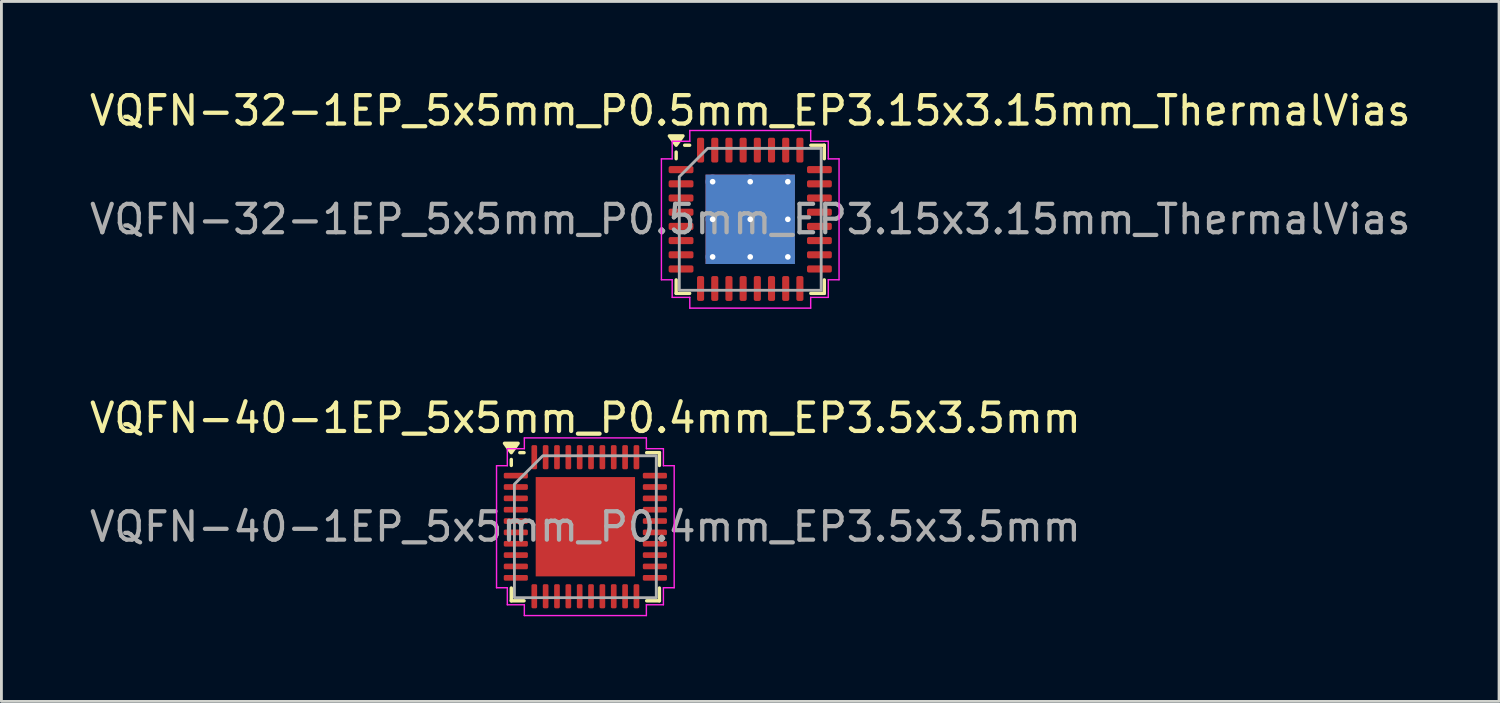
<source format=kicad_pcb>
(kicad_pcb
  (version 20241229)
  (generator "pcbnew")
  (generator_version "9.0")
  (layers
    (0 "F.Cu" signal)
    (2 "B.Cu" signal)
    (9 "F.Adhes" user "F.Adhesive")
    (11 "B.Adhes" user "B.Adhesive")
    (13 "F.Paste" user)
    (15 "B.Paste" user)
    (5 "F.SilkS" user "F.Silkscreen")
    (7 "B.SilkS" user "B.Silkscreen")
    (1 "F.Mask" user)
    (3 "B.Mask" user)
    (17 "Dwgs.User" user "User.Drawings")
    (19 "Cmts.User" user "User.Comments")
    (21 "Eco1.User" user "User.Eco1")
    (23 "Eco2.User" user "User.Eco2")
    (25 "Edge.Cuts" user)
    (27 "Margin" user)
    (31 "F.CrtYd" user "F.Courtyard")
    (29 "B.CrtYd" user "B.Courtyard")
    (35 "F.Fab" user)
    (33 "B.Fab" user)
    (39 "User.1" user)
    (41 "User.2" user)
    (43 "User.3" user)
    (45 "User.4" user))
  (footprint "VQFN-40-1EP_5x5mm_P0.4mm_EP3.5x3.5mm"
    (layer "F.Cu")
    (at 17.577 15.511)
    (property "Reference" "VQFN-40-1EP_5x5mm_P0.4mm_EP3.5x3.5mm" (at 0 -3.83 0) (layer "F.SilkS") (effects (font (size 1 1) (thickness 0.15))))
    (attr smd)
    (fp_line (start -2.61 -2.16) (end -2.61 -2.37) (stroke (width 0.12) (type solid)) (layer "F.SilkS"))
    (fp_line (start -2.61 2.61) (end -2.61 2.16) (stroke (width 0.12) (type solid)) (layer "F.SilkS"))
    (fp_line (start -2.16 -2.61) (end -2.31 -2.61) (stroke (width 0.12) (type solid)) (layer "F.SilkS"))
    (fp_line (start -2.16 2.61) (end -2.61 2.61) (stroke (width 0.12) (type solid)) (layer "F.SilkS"))
    (fp_line (start 2.16 -2.61) (end 2.61 -2.61) (stroke (width 0.12) (type solid)) (layer "F.SilkS"))
    (fp_line (start 2.16 2.61) (end 2.61 2.61) (stroke (width 0.12) (type solid)) (layer "F.SilkS"))
    (fp_line (start 2.61 -2.61) (end 2.61 -2.16) (stroke (width 0.12) (type solid)) (layer "F.SilkS"))
    (fp_line (start 2.61 2.61) (end 2.61 2.16) (stroke (width 0.12) (type solid)) (layer "F.SilkS"))
    (fp_poly (pts (xy -2.61 -2.61) (xy -2.85 -2.94) (xy -2.37 -2.94)) (stroke (width 0.12) (type solid)) (fill yes) (layer "F.SilkS"))
    (fp_line (start -3.13 -2.15) (end -2.75 -2.15) (stroke (width 0.05) (type solid)) (layer "F.CrtYd"))
    (fp_line (start -3.13 2.15) (end -3.13 -2.15) (stroke (width 0.05) (type solid)) (layer "F.CrtYd"))
    (fp_line (start -2.75 -2.75) (end -2.15 -2.75) (stroke (width 0.05) (type solid)) (layer "F.CrtYd"))
    (fp_line (start -2.75 -2.15) (end -2.75 -2.75) (stroke (width 0.05) (type solid)) (layer "F.CrtYd"))
    (fp_line (start -2.75 2.15) (end -3.13 2.15) (stroke (width 0.05) (type solid)) (layer "F.CrtYd"))
    (fp_line (start -2.75 2.75) (end -2.75 2.15) (stroke (width 0.05) (type solid)) (layer "F.CrtYd"))
    (fp_line (start -2.15 -3.13) (end 2.15 -3.13) (stroke (width 0.05) (type solid)) (layer "F.CrtYd"))
    (fp_line (start -2.15 -2.75) (end -2.15 -3.13) (stroke (width 0.05) (type solid)) (layer "F.CrtYd"))
    (fp_line (start -2.15 2.75) (end -2.75 2.75) (stroke (width 0.05) (type solid)) (layer "F.CrtYd"))
    (fp_line (start -2.15 3.13) (end -2.15 2.75) (stroke (width 0.05) (type solid)) (layer "F.CrtYd"))
    (fp_line (start 2.15 -3.13) (end 2.15 -2.75) (stroke (width 0.05) (type solid)) (layer "F.CrtYd"))
    (fp_line (start 2.15 -2.75) (end 2.75 -2.75) (stroke (width 0.05) (type solid)) (layer "F.CrtYd"))
    (fp_line (start 2.15 2.75) (end 2.15 3.13) (stroke (width 0.05) (type solid)) (layer "F.CrtYd"))
    (fp_line (start 2.15 3.13) (end -2.15 3.13) (stroke (width 0.05) (type solid)) (layer "F.CrtYd"))
    (fp_line (start 2.75 -2.75) (end 2.75 -2.15) (stroke (width 0.05) (type solid)) (layer "F.CrtYd"))
    (fp_line (start 2.75 -2.15) (end 3.13 -2.15) (stroke (width 0.05) (type solid)) (layer "F.CrtYd"))
    (fp_line (start 2.75 2.15) (end 2.75 2.75) (stroke (width 0.05) (type solid)) (layer "F.CrtYd"))
    (fp_line (start 2.75 2.75) (end 2.15 2.75) (stroke (width 0.05) (type solid)) (layer "F.CrtYd"))
    (fp_line (start 3.13 -2.15) (end 3.13 2.15) (stroke (width 0.05) (type solid)) (layer "F.CrtYd"))
    (fp_line (start 3.13 2.15) (end 2.75 2.15) (stroke (width 0.05) (type solid)) (layer "F.CrtYd"))
    (fp_poly (pts (xy -2.5 -1.5) (xy -2.5 2.5) (xy 2.5 2.5) (xy 2.5 -2.5) (xy -1.5 -2.5)) (stroke (width 0.1) (type solid)) (fill no) (layer "F.Fab"))
    (fp_text user "${REFERENCE}" (at 0 0 0) (layer "F.Fab") (effects (font (size 1 1) (thickness 0.15))))
    (pad "" smd roundrect (at -0.875 -0.875) (size 1.41 1.41) (layers "F.Paste") (roundrect_rratio 0.177))
    (pad "" smd roundrect (at -0.875 0.875) (size 1.41 1.41) (layers "F.Paste") (roundrect_rratio 0.177))
    (pad "" smd roundrect (at 0.875 -0.875) (size 1.41 1.41) (layers "F.Paste") (roundrect_rratio 0.177))
    (pad "" smd roundrect (at 0.875 0.875) (size 1.41 1.41) (layers "F.Paste") (roundrect_rratio 0.177))
    (pad "1" smd roundrect (at -2.45 -1.8) (size 0.85 0.2) (layers "F.Cu" "F.Mask" "F.Paste") (roundrect_rratio 0.25))
    (pad "2" smd roundrect (at -2.45 -1.4) (size 0.85 0.2) (layers "F.Cu" "F.Mask" "F.Paste") (roundrect_rratio 0.25))
    (pad "3" smd roundrect (at -2.45 -1) (size 0.85 0.2) (layers "F.Cu" "F.Mask" "F.Paste") (roundrect_rratio 0.25))
    (pad "4" smd roundrect (at -2.45 -0.6) (size 0.85 0.2) (layers "F.Cu" "F.Mask" "F.Paste") (roundrect_rratio 0.25))
    (pad "5" smd roundrect (at -2.45 -0.2) (size 0.85 0.2) (layers "F.Cu" "F.Mask" "F.Paste") (roundrect_rratio 0.25))
    (pad "6" smd roundrect (at -2.45 0.2) (size 0.85 0.2) (layers "F.Cu" "F.Mask" "F.Paste") (roundrect_rratio 0.25))
    (pad "7" smd roundrect (at -2.45 0.6) (size 0.85 0.2) (layers "F.Cu" "F.Mask" "F.Paste") (roundrect_rratio 0.25))
    (pad "8" smd roundrect (at -2.45 1) (size 0.85 0.2) (layers "F.Cu" "F.Mask" "F.Paste") (roundrect_rratio 0.25))
    (pad "9" smd roundrect (at -2.45 1.4) (size 0.85 0.2) (layers "F.Cu" "F.Mask" "F.Paste") (roundrect_rratio 0.25))
    (pad "10" smd roundrect (at -2.45 1.8) (size 0.85 0.2) (layers "F.Cu" "F.Mask" "F.Paste") (roundrect_rratio 0.25))
    (pad "11" smd roundrect (at -1.8 2.45) (size 0.2 0.85) (layers "F.Cu" "F.Mask" "F.Paste") (roundrect_rratio 0.25))
    (pad "12" smd roundrect (at -1.4 2.45) (size 0.2 0.85) (layers "F.Cu" "F.Mask" "F.Paste") (roundrect_rratio 0.25))
    (pad "13" smd roundrect (at -1 2.45) (size 0.2 0.85) (layers "F.Cu" "F.Mask" "F.Paste") (roundrect_rratio 0.25))
    (pad "14" smd roundrect (at -0.6 2.45) (size 0.2 0.85) (layers "F.Cu" "F.Mask" "F.Paste") (roundrect_rratio 0.25))
    (pad "15" smd roundrect (at -0.2 2.45) (size 0.2 0.85) (layers "F.Cu" "F.Mask" "F.Paste") (roundrect_rratio 0.25))
    (pad "16" smd roundrect (at 0.2 2.45) (size 0.2 0.85) (layers "F.Cu" "F.Mask" "F.Paste") (roundrect_rratio 0.25))
    (pad "17" smd roundrect (at 0.6 2.45) (size 0.2 0.85) (layers "F.Cu" "F.Mask" "F.Paste") (roundrect_rratio 0.25))
    (pad "18" smd roundrect (at 1 2.45) (size 0.2 0.85) (layers "F.Cu" "F.Mask" "F.Paste") (roundrect_rratio 0.25))
    (pad "19" smd roundrect (at 1.4 2.45) (size 0.2 0.85) (layers "F.Cu" "F.Mask" "F.Paste") (roundrect_rratio 0.25))
    (pad "20" smd roundrect (at 1.8 2.45) (size 0.2 0.85) (layers "F.Cu" "F.Mask" "F.Paste") (roundrect_rratio 0.25))
    (pad "21" smd roundrect (at 2.45 1.8) (size 0.85 0.2) (layers "F.Cu" "F.Mask" "F.Paste") (roundrect_rratio 0.25))
    (pad "22" smd roundrect (at 2.45 1.4) (size 0.85 0.2) (layers "F.Cu" "F.Mask" "F.Paste") (roundrect_rratio 0.25))
    (pad "23" smd roundrect (at 2.45 1) (size 0.85 0.2) (layers "F.Cu" "F.Mask" "F.Paste") (roundrect_rratio 0.25))
    (pad "24" smd roundrect (at 2.45 0.6) (size 0.85 0.2) (layers "F.Cu" "F.Mask" "F.Paste") (roundrect_rratio 0.25))
    (pad "25" smd roundrect (at 2.45 0.2) (size 0.85 0.2) (layers "F.Cu" "F.Mask" "F.Paste") (roundrect_rratio 0.25))
    (pad "26" smd roundrect (at 2.45 -0.2) (size 0.85 0.2) (layers "F.Cu" "F.Mask" "F.Paste") (roundrect_rratio 0.25))
    (pad "27" smd roundrect (at 2.45 -0.6) (size 0.85 0.2) (layers "F.Cu" "F.Mask" "F.Paste") (roundrect_rratio 0.25))
    (pad "28" smd roundrect (at 2.45 -1) (size 0.85 0.2) (layers "F.Cu" "F.Mask" "F.Paste") (roundrect_rratio 0.25))
    (pad "29" smd roundrect (at 2.45 -1.4) (size 0.85 0.2) (layers "F.Cu" "F.Mask" "F.Paste") (roundrect_rratio 0.25))
    (pad "30" smd roundrect (at 2.45 -1.8) (size 0.85 0.2) (layers "F.Cu" "F.Mask" "F.Paste") (roundrect_rratio 0.25))
    (pad "31" smd roundrect (at 1.8 -2.45) (size 0.2 0.85) (layers "F.Cu" "F.Mask" "F.Paste") (roundrect_rratio 0.25))
    (pad "32" smd roundrect (at 1.4 -2.45) (size 0.2 0.85) (layers "F.Cu" "F.Mask" "F.Paste") (roundrect_rratio 0.25))
    (pad "33" smd roundrect (at 1 -2.45) (size 0.2 0.85) (layers "F.Cu" "F.Mask" "F.Paste") (roundrect_rratio 0.25))
    (pad "34" smd roundrect (at 0.6 -2.45) (size 0.2 0.85) (layers "F.Cu" "F.Mask" "F.Paste") (roundrect_rratio 0.25))
    (pad "35" smd roundrect (at 0.2 -2.45) (size 0.2 0.85) (layers "F.Cu" "F.Mask" "F.Paste") (roundrect_rratio 0.25))
    (pad "36" smd roundrect (at -0.2 -2.45) (size 0.2 0.85) (layers "F.Cu" "F.Mask" "F.Paste") (roundrect_rratio 0.25))
    (pad "37" smd roundrect (at -0.6 -2.45) (size 0.2 0.85) (layers "F.Cu" "F.Mask" "F.Paste") (roundrect_rratio 0.25))
    (pad "38" smd roundrect (at -1 -2.45) (size 0.2 0.85) (layers "F.Cu" "F.Mask" "F.Paste") (roundrect_rratio 0.25))
    (pad "39" smd roundrect (at -1.4 -2.45) (size 0.2 0.85) (layers "F.Cu" "F.Mask" "F.Paste") (roundrect_rratio 0.25))
    (pad "40" smd roundrect (at -1.8 -2.45) (size 0.2 0.85) (layers "F.Cu" "F.Mask" "F.Paste") (roundrect_rratio 0.25))
    (pad "41" smd rect (at 0 0) (size 3.5 3.5) (property pad_prop_heatsink) (layers "F.Cu" "F.Mask")))
  (footprint "VQFN-32-1EP_5x5mm_P0.5mm_EP3.15x3.15mm_ThermalVias"
    (layer "F.Cu")
    (at 23.387 4.678)
    (property "Reference" "VQFN-32-1EP_5x5mm_P0.5mm_EP3.15x3.15mm_ThermalVias" (at 0 -3.83 0) (layer "F.SilkS") (effects (font (size 1 1) (thickness 0.15))))
    (attr smd)
    (fp_line (start -2.61 -2.135) (end -2.61 -2.37) (stroke (width 0.12) (type solid)) (layer "F.SilkS"))
    (fp_line (start -2.61 2.61) (end -2.61 2.135) (stroke (width 0.12) (type solid)) (layer "F.SilkS"))
    (fp_line (start -2.135 -2.61) (end -2.31 -2.61) (stroke (width 0.12) (type solid)) (layer "F.SilkS"))
    (fp_line (start -2.135 2.61) (end -2.61 2.61) (stroke (width 0.12) (type solid)) (layer "F.SilkS"))
    (fp_line (start 2.135 -2.61) (end 2.61 -2.61) (stroke (width 0.12) (type solid)) (layer "F.SilkS"))
    (fp_line (start 2.135 2.61) (end 2.61 2.61) (stroke (width 0.12) (type solid)) (layer "F.SilkS"))
    (fp_line (start 2.61 -2.61) (end 2.61 -2.135) (stroke (width 0.12) (type solid)) (layer "F.SilkS"))
    (fp_line (start 2.61 2.61) (end 2.61 2.135) (stroke (width 0.12) (type solid)) (layer "F.SilkS"))
    (fp_poly (pts (xy -2.61 -2.61) (xy -2.85 -2.94) (xy -2.37 -2.94)) (stroke (width 0.12) (type solid)) (fill yes) (layer "F.SilkS"))
    (fp_line (start -3.13 -2.13) (end -2.75 -2.13) (stroke (width 0.05) (type solid)) (layer "F.CrtYd"))
    (fp_line (start -3.13 2.13) (end -3.13 -2.13) (stroke (width 0.05) (type solid)) (layer "F.CrtYd"))
    (fp_line (start -2.75 -2.75) (end -2.13 -2.75) (stroke (width 0.05) (type solid)) (layer "F.CrtYd"))
    (fp_line (start -2.75 -2.13) (end -2.75 -2.75) (stroke (width 0.05) (type solid)) (layer "F.CrtYd"))
    (fp_line (start -2.75 2.13) (end -3.13 2.13) (stroke (width 0.05) (type solid)) (layer "F.CrtYd"))
    (fp_line (start -2.75 2.75) (end -2.75 2.13) (stroke (width 0.05) (type solid)) (layer "F.CrtYd"))
    (fp_line (start -2.13 -3.13) (end 2.13 -3.13) (stroke (width 0.05) (type solid)) (layer "F.CrtYd"))
    (fp_line (start -2.13 -2.75) (end -2.13 -3.13) (stroke (width 0.05) (type solid)) (layer "F.CrtYd"))
    (fp_line (start -2.13 2.75) (end -2.75 2.75) (stroke (width 0.05) (type solid)) (layer "F.CrtYd"))
    (fp_line (start -2.13 3.13) (end -2.13 2.75) (stroke (width 0.05) (type solid)) (layer "F.CrtYd"))
    (fp_line (start 2.13 -3.13) (end 2.13 -2.75) (stroke (width 0.05) (type solid)) (layer "F.CrtYd"))
    (fp_line (start 2.13 -2.75) (end 2.75 -2.75) (stroke (width 0.05) (type solid)) (layer "F.CrtYd"))
    (fp_line (start 2.13 2.75) (end 2.13 3.13) (stroke (width 0.05) (type solid)) (layer "F.CrtYd"))
    (fp_line (start 2.13 3.13) (end -2.13 3.13) (stroke (width 0.05) (type solid)) (layer "F.CrtYd"))
    (fp_line (start 2.75 -2.75) (end 2.75 -2.13) (stroke (width 0.05) (type solid)) (layer "F.CrtYd"))
    (fp_line (start 2.75 -2.13) (end 3.13 -2.13) (stroke (width 0.05) (type solid)) (layer "F.CrtYd"))
    (fp_line (start 2.75 2.13) (end 2.75 2.75) (stroke (width 0.05) (type solid)) (layer "F.CrtYd"))
    (fp_line (start 2.75 2.75) (end 2.13 2.75) (stroke (width 0.05) (type solid)) (layer "F.CrtYd"))
    (fp_line (start 3.13 -2.13) (end 3.13 2.13) (stroke (width 0.05) (type solid)) (layer "F.CrtYd"))
    (fp_line (start 3.13 2.13) (end 2.75 2.13) (stroke (width 0.05) (type solid)) (layer "F.CrtYd"))
    (fp_poly (pts (xy -2.5 -1.5) (xy -2.5 2.5) (xy 2.5 2.5) (xy 2.5 -2.5) (xy -1.5 -2.5)) (stroke (width 0.1) (type solid)) (fill no) (layer "F.Fab"))
    (fp_text user "${REFERENCE}" (at 0 0 0) (layer "F.Fab") (effects (font (size 1 1) (thickness 0.15))))
    (pad "" smd roundrect (at -0.79 -0.79) (size 1.27 1.27) (layers "F.Paste") (roundrect_rratio 0.197))
    (pad "" smd roundrect (at -0.79 0.79) (size 1.27 1.27) (layers "F.Paste") (roundrect_rratio 0.197))
    (pad "" smd roundrect (at 0.79 -0.79) (size 1.27 1.27) (layers "F.Paste") (roundrect_rratio 0.197))
    (pad "" smd roundrect (at 0.79 0.79) (size 1.27 1.27) (layers "F.Paste") (roundrect_rratio 0.197))
    (pad "1" smd roundrect (at -2.438 -1.75) (size 0.875 0.25) (layers "F.Cu" "F.Mask" "F.Paste") (roundrect_rratio 0.25))
    (pad "2" smd roundrect (at -2.438 -1.25) (size 0.875 0.25) (layers "F.Cu" "F.Mask" "F.Paste") (roundrect_rratio 0.25))
    (pad "3" smd roundrect (at -2.438 -0.75) (size 0.875 0.25) (layers "F.Cu" "F.Mask" "F.Paste") (roundrect_rratio 0.25))
    (pad "4" smd roundrect (at -2.438 -0.25) (size 0.875 0.25) (layers "F.Cu" "F.Mask" "F.Paste") (roundrect_rratio 0.25))
    (pad "5" smd roundrect (at -2.438 0.25) (size 0.875 0.25) (layers "F.Cu" "F.Mask" "F.Paste") (roundrect_rratio 0.25))
    (pad "6" smd roundrect (at -2.438 0.75) (size 0.875 0.25) (layers "F.Cu" "F.Mask" "F.Paste") (roundrect_rratio 0.25))
    (pad "7" smd roundrect (at -2.438 1.25) (size 0.875 0.25) (layers "F.Cu" "F.Mask" "F.Paste") (roundrect_rratio 0.25))
    (pad "8" smd roundrect (at -2.438 1.75) (size 0.875 0.25) (layers "F.Cu" "F.Mask" "F.Paste") (roundrect_rratio 0.25))
    (pad "9" smd roundrect (at -1.75 2.438) (size 0.25 0.875) (layers "F.Cu" "F.Mask" "F.Paste") (roundrect_rratio 0.25))
    (pad "10" smd roundrect (at -1.25 2.438) (size 0.25 0.875) (layers "F.Cu" "F.Mask" "F.Paste") (roundrect_rratio 0.25))
    (pad "11" smd roundrect (at -0.75 2.438) (size 0.25 0.875) (layers "F.Cu" "F.Mask" "F.Paste") (roundrect_rratio 0.25))
    (pad "12" smd roundrect (at -0.25 2.438) (size 0.25 0.875) (layers "F.Cu" "F.Mask" "F.Paste") (roundrect_rratio 0.25))
    (pad "13" smd roundrect (at 0.25 2.438) (size 0.25 0.875) (layers "F.Cu" "F.Mask" "F.Paste") (roundrect_rratio 0.25))
    (pad "14" smd roundrect (at 0.75 2.438) (size 0.25 0.875) (layers "F.Cu" "F.Mask" "F.Paste") (roundrect_rratio 0.25))
    (pad "15" smd roundrect (at 1.25 2.438) (size 0.25 0.875) (layers "F.Cu" "F.Mask" "F.Paste") (roundrect_rratio 0.25))
    (pad "16" smd roundrect (at 1.75 2.438) (size 0.25 0.875) (layers "F.Cu" "F.Mask" "F.Paste") (roundrect_rratio 0.25))
    (pad "17" smd roundrect (at 2.438 1.75) (size 0.875 0.25) (layers "F.Cu" "F.Mask" "F.Paste") (roundrect_rratio 0.25))
    (pad "18" smd roundrect (at 2.438 1.25) (size 0.875 0.25) (layers "F.Cu" "F.Mask" "F.Paste") (roundrect_rratio 0.25))
    (pad "19" smd roundrect (at 2.438 0.75) (size 0.875 0.25) (layers "F.Cu" "F.Mask" "F.Paste") (roundrect_rratio 0.25))
    (pad "20" smd roundrect (at 2.438 0.25) (size 0.875 0.25) (layers "F.Cu" "F.Mask" "F.Paste") (roundrect_rratio 0.25))
    (pad "21" smd roundrect (at 2.438 -0.25) (size 0.875 0.25) (layers "F.Cu" "F.Mask" "F.Paste") (roundrect_rratio 0.25))
    (pad "22" smd roundrect (at 2.438 -0.75) (size 0.875 0.25) (layers "F.Cu" "F.Mask" "F.Paste") (roundrect_rratio 0.25))
    (pad "23" smd roundrect (at 2.438 -1.25) (size 0.875 0.25) (layers "F.Cu" "F.Mask" "F.Paste") (roundrect_rratio 0.25))
    (pad "24" smd roundrect (at 2.438 -1.75) (size 0.875 0.25) (layers "F.Cu" "F.Mask" "F.Paste") (roundrect_rratio 0.25))
    (pad "25" smd roundrect (at 1.75 -2.438) (size 0.25 0.875) (layers "F.Cu" "F.Mask" "F.Paste") (roundrect_rratio 0.25))
    (pad "26" smd roundrect (at 1.25 -2.438) (size 0.25 0.875) (layers "F.Cu" "F.Mask" "F.Paste") (roundrect_rratio 0.25))
    (pad "27" smd roundrect (at 0.75 -2.438) (size 0.25 0.875) (layers "F.Cu" "F.Mask" "F.Paste") (roundrect_rratio 0.25))
    (pad "28" smd roundrect (at 0.25 -2.438) (size 0.25 0.875) (layers "F.Cu" "F.Mask" "F.Paste") (roundrect_rratio 0.25))
    (pad "29" smd roundrect (at -0.25 -2.438) (size 0.25 0.875) (layers "F.Cu" "F.Mask" "F.Paste") (roundrect_rratio 0.25))
    (pad "30" smd roundrect (at -0.75 -2.438) (size 0.25 0.875) (layers "F.Cu" "F.Mask" "F.Paste") (roundrect_rratio 0.25))
    (pad "31" smd roundrect (at -1.25 -2.438) (size 0.25 0.875) (layers "F.Cu" "F.Mask" "F.Paste") (roundrect_rratio 0.25))
    (pad "32" smd roundrect (at -1.75 -2.438) (size 0.25 0.875) (layers "F.Cu" "F.Mask" "F.Paste") (roundrect_rratio 0.25))
    (pad "33" thru_hole circle (at -1.325 -1.325) (size 0.5 0.5) (drill 0.2) (property pad_prop_heatsink) (layers "*.Cu"))
    (pad "33" thru_hole circle (at -1.325 0) (size 0.5 0.5) (drill 0.2) (property pad_prop_heatsink) (layers "*.Cu"))
    (pad "33" thru_hole circle (at -1.325 1.325) (size 0.5 0.5) (drill 0.2) (property pad_prop_heatsink) (layers "*.Cu"))
    (pad "33" thru_hole circle (at 0 -1.325) (size 0.5 0.5) (drill 0.2) (property pad_prop_heatsink) (layers "*.Cu"))
    (pad "33" thru_hole circle (at 0 0) (size 0.5 0.5) (drill 0.2) (property pad_prop_heatsink) (layers "*.Cu"))
    (pad "33" smd rect (at 0 0) (size 3.15 3.15) (property pad_prop_heatsink) (layers "F.Cu" "F.Mask"))
    (pad "33" smd rect (at 0 0) (size 3.15 3.15) (property pad_prop_heatsink) (layers "B.Cu"))
    (pad "33" thru_hole circle (at 0 1.325) (size 0.5 0.5) (drill 0.2) (property pad_prop_heatsink) (layers "*.Cu"))
    (pad "33" thru_hole circle (at 1.325 -1.325) (size 0.5 0.5) (drill 0.2) (property pad_prop_heatsink) (layers "*.Cu"))
    (pad "33" thru_hole circle (at 1.325 0) (size 0.5 0.5) (drill 0.2) (property pad_prop_heatsink) (layers "*.Cu"))
    (pad "33" thru_hole circle (at 1.325 1.325) (size 0.5 0.5) (drill 0.2) (property pad_prop_heatsink) (layers "*.Cu")))
  (gr_rect
    (start -3 -3)
    (end 49.774 21.666)
    (stroke (width 0.1) (type default))
    (fill no)
    (layer "Edge.Cuts")))
</source>
